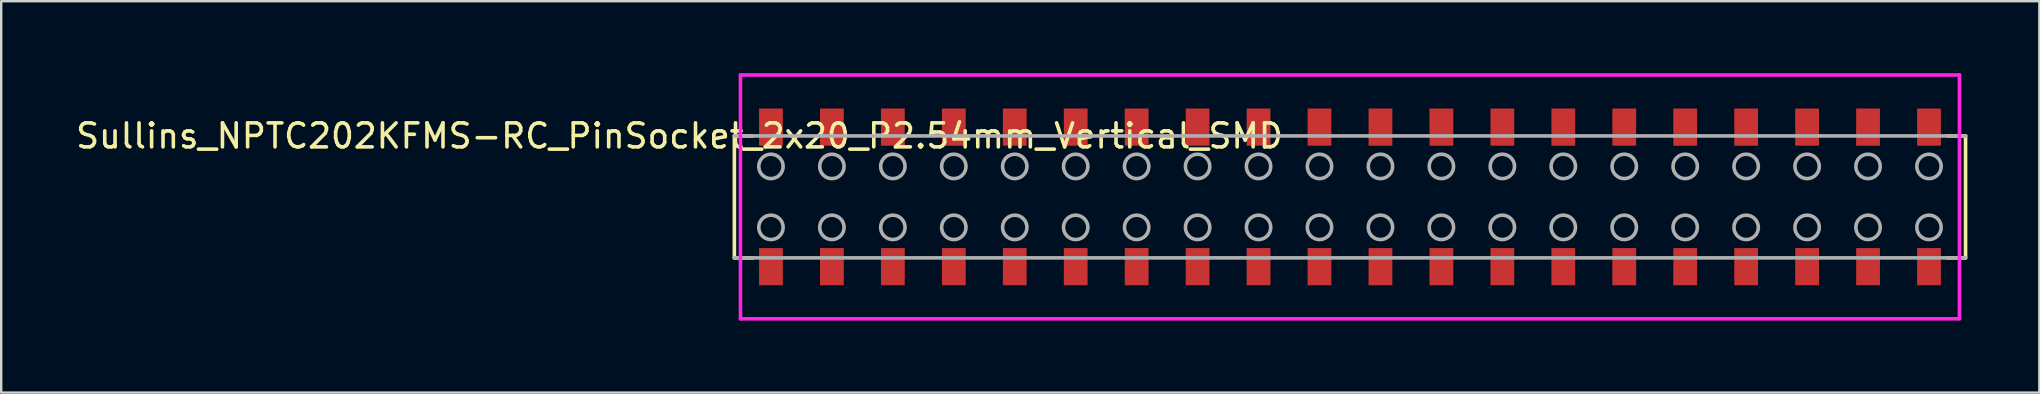
<source format=kicad_pcb>
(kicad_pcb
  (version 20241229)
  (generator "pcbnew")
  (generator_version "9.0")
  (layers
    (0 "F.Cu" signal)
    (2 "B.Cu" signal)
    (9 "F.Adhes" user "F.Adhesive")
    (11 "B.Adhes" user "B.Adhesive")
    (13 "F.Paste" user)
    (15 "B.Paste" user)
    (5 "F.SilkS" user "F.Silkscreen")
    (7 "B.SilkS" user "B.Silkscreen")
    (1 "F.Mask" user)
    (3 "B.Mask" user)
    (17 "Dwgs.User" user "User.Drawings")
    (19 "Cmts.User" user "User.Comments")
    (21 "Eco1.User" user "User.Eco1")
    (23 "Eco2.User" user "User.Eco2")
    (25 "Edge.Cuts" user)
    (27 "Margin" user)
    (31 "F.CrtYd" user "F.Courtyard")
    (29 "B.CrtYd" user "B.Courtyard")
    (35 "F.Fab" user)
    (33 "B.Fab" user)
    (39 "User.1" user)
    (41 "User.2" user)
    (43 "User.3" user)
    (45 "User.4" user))
  (footprint "Sullins_NPTC202KFMS-RC_PinSocket_2x20_P2.54mm_Vertical_SMD"
    (layer "F.Cu")
    (at 53.208 5.155)
    (property "Reference" "Sullins_NPTC202KFMS-RC_PinSocket_2x20_P2.54mm_Vertical_SMD" (at -27.94 -2.54 0) (layer "F.SilkS") (effects (font (size 1 1) (thickness 0.15))))
    (attr through_hole)
    (fp_line (start -25.654 -2.54) (end -25.654 2.54) (stroke (width 0.15) (type solid)) (layer "F.SilkS"))
    (fp_line (start -25.654 -2.54) (end -24.892 -2.54) (stroke (width 0.15) (type solid)) (layer "F.SilkS"))
    (fp_line (start -25.654 2.54) (end -24.892 2.54) (stroke (width 0.15) (type solid)) (layer "F.SilkS"))
    (fp_line (start 24.892 -2.54) (end 25.654 -2.54) (stroke (width 0.15) (type solid)) (layer "F.SilkS"))
    (fp_line (start 24.892 2.54) (end 25.654 2.54) (stroke (width 0.15) (type solid)) (layer "F.SilkS"))
    (fp_line (start 25.654 -2.54) (end 25.654 2.54) (stroke (width 0.15) (type solid)) (layer "F.SilkS"))
    (fp_line (start -25.4 -5.08) (end 25.4 -5.08) (stroke (width 0.15) (type solid)) (layer "F.CrtYd"))
    (fp_line (start -25.4 5.08) (end -25.4 -5.08) (stroke (width 0.15) (type solid)) (layer "F.CrtYd"))
    (fp_line (start 25.4 -5.08) (end 25.4 5.08) (stroke (width 0.15) (type solid)) (layer "F.CrtYd"))
    (fp_line (start 25.4 5.08) (end -25.4 5.08) (stroke (width 0.15) (type solid)) (layer "F.CrtYd"))
    (fp_line (start -25.654 -2.54) (end 25.654 -2.54) (stroke (width 0.15) (type solid)) (layer "F.Fab"))
    (fp_line (start -25.654 2.54) (end 25.654 2.54) (stroke (width 0.15) (type solid)) (layer "F.Fab"))
    (fp_circle (center -24.13 -1.27) (end -23.622 -1.27) (stroke (width 0.15) (type solid)) (fill no) (layer "F.Fab"))
    (fp_circle (center -24.13 1.27) (end -23.622 1.27) (stroke (width 0.15) (type solid)) (fill no) (layer "F.Fab"))
    (fp_circle (center -21.59 -1.27) (end -21.082 -1.27) (stroke (width 0.15) (type solid)) (fill no) (layer "F.Fab"))
    (fp_circle (center -21.59 1.27) (end -21.082 1.27) (stroke (width 0.15) (type solid)) (fill no) (layer "F.Fab"))
    (fp_circle (center -19.05 -1.27) (end -18.542 -1.27) (stroke (width 0.15) (type solid)) (fill no) (layer "F.Fab"))
    (fp_circle (center -19.05 1.27) (end -18.542 1.27) (stroke (width 0.15) (type solid)) (fill no) (layer "F.Fab"))
    (fp_circle (center -16.51 -1.27) (end -16.002 -1.27) (stroke (width 0.15) (type solid)) (fill no) (layer "F.Fab"))
    (fp_circle (center -16.51 1.27) (end -16.002 1.27) (stroke (width 0.15) (type solid)) (fill no) (layer "F.Fab"))
    (fp_circle (center -13.97 -1.27) (end -13.462 -1.27) (stroke (width 0.15) (type solid)) (fill no) (layer "F.Fab"))
    (fp_circle (center -13.97 1.27) (end -13.462 1.27) (stroke (width 0.15) (type solid)) (fill no) (layer "F.Fab"))
    (fp_circle (center -11.43 -1.27) (end -10.922 -1.27) (stroke (width 0.15) (type solid)) (fill no) (layer "F.Fab"))
    (fp_circle (center -11.43 1.27) (end -10.922 1.27) (stroke (width 0.15) (type solid)) (fill no) (layer "F.Fab"))
    (fp_circle (center -8.89 -1.27) (end -8.382 -1.27) (stroke (width 0.15) (type solid)) (fill no) (layer "F.Fab"))
    (fp_circle (center -8.89 1.27) (end -8.382 1.27) (stroke (width 0.15) (type solid)) (fill no) (layer "F.Fab"))
    (fp_circle (center -6.35 -1.27) (end -5.842 -1.27) (stroke (width 0.15) (type solid)) (fill no) (layer "F.Fab"))
    (fp_circle (center -6.35 1.27) (end -5.842 1.27) (stroke (width 0.15) (type solid)) (fill no) (layer "F.Fab"))
    (fp_circle (center -3.81 -1.27) (end -3.302 -1.27) (stroke (width 0.15) (type solid)) (fill no) (layer "F.Fab"))
    (fp_circle (center -3.81 1.27) (end -3.302 1.27) (stroke (width 0.15) (type solid)) (fill no) (layer "F.Fab"))
    (fp_circle (center -1.27 -1.27) (end -0.762 -1.27) (stroke (width 0.15) (type solid)) (fill no) (layer "F.Fab"))
    (fp_circle (center -1.27 1.27) (end -0.762 1.27) (stroke (width 0.15) (type solid)) (fill no) (layer "F.Fab"))
    (fp_circle (center 1.27 -1.27) (end 1.778 -1.27) (stroke (width 0.15) (type solid)) (fill no) (layer "F.Fab"))
    (fp_circle (center 1.27 1.27) (end 1.778 1.27) (stroke (width 0.15) (type solid)) (fill no) (layer "F.Fab"))
    (fp_circle (center 3.81 -1.27) (end 4.318 -1.27) (stroke (width 0.15) (type solid)) (fill no) (layer "F.Fab"))
    (fp_circle (center 3.81 1.27) (end 4.318 1.27) (stroke (width 0.15) (type solid)) (fill no) (layer "F.Fab"))
    (fp_circle (center 6.35 -1.27) (end 6.858 -1.27) (stroke (width 0.15) (type solid)) (fill no) (layer "F.Fab"))
    (fp_circle (center 6.35 1.27) (end 6.858 1.27) (stroke (width 0.15) (type solid)) (fill no) (layer "F.Fab"))
    (fp_circle (center 8.89 -1.27) (end 9.398 -1.27) (stroke (width 0.15) (type solid)) (fill no) (layer "F.Fab"))
    (fp_circle (center 8.89 1.27) (end 9.398 1.27) (stroke (width 0.15) (type solid)) (fill no) (layer "F.Fab"))
    (fp_circle (center 11.43 -1.27) (end 11.938 -1.27) (stroke (width 0.15) (type solid)) (fill no) (layer "F.Fab"))
    (fp_circle (center 11.43 1.27) (end 11.938 1.27) (stroke (width 0.15) (type solid)) (fill no) (layer "F.Fab"))
    (fp_circle (center 13.97 -1.27) (end 14.478 -1.27) (stroke (width 0.15) (type solid)) (fill no) (layer "F.Fab"))
    (fp_circle (center 13.97 1.27) (end 14.478 1.27) (stroke (width 0.15) (type solid)) (fill no) (layer "F.Fab"))
    (fp_circle (center 16.51 -1.27) (end 17.018 -1.27) (stroke (width 0.15) (type solid)) (fill no) (layer "F.Fab"))
    (fp_circle (center 16.51 1.27) (end 17.018 1.27) (stroke (width 0.15) (type solid)) (fill no) (layer "F.Fab"))
    (fp_circle (center 19.05 -1.27) (end 19.558 -1.27) (stroke (width 0.15) (type solid)) (fill no) (layer "F.Fab"))
    (fp_circle (center 19.05 1.27) (end 19.558 1.27) (stroke (width 0.15) (type solid)) (fill no) (layer "F.Fab"))
    (fp_circle (center 21.59 -1.27) (end 22.098 -1.27) (stroke (width 0.15) (type solid)) (fill no) (layer "F.Fab"))
    (fp_circle (center 21.59 1.27) (end 22.098 1.27) (stroke (width 0.15) (type solid)) (fill no) (layer "F.Fab"))
    (fp_circle (center 24.13 -1.27) (end 24.638 -1.27) (stroke (width 0.15) (type solid)) (fill no) (layer "F.Fab"))
    (fp_circle (center 24.13 1.27) (end 24.638 1.27) (stroke (width 0.15) (type solid)) (fill no) (layer "F.Fab"))
    (pad "1" smd rect (at -24.13 -2.908) (size 0.991 1.549) (layers "F.Cu" "F.Mask" "F.Paste"))
    (pad "2" smd rect (at -24.13 2.908) (size 0.991 1.549) (layers "F.Cu" "F.Mask" "F.Paste"))
    (pad "3" smd rect (at -21.59 -2.908) (size 0.991 1.549) (layers "F.Cu" "F.Mask" "F.Paste"))
    (pad "4" smd rect (at -21.59 2.908) (size 0.991 1.549) (layers "F.Cu" "F.Mask" "F.Paste"))
    (pad "5" smd rect (at -19.05 -2.908) (size 0.991 1.549) (layers "F.Cu" "F.Mask" "F.Paste"))
    (pad "6" smd rect (at -19.05 2.908) (size 0.991 1.549) (layers "F.Cu" "F.Mask" "F.Paste"))
    (pad "7" smd rect (at -16.51 -2.908) (size 0.991 1.549) (layers "F.Cu" "F.Mask" "F.Paste"))
    (pad "8" smd rect (at -16.51 2.908) (size 0.991 1.549) (layers "F.Cu" "F.Mask" "F.Paste"))
    (pad "9" smd rect (at -13.97 -2.908) (size 0.991 1.549) (layers "F.Cu" "F.Mask" "F.Paste"))
    (pad "10" smd rect (at -13.97 2.908) (size 0.991 1.549) (layers "F.Cu" "F.Mask" "F.Paste"))
    (pad "11" smd rect (at -11.43 -2.908) (size 0.991 1.549) (layers "F.Cu" "F.Mask" "F.Paste"))
    (pad "12" smd rect (at -11.43 2.908) (size 0.991 1.549) (layers "F.Cu" "F.Mask" "F.Paste"))
    (pad "13" smd rect (at -8.89 -2.908) (size 0.991 1.549) (layers "F.Cu" "F.Mask" "F.Paste"))
    (pad "14" smd rect (at -8.89 2.908) (size 0.991 1.549) (layers "F.Cu" "F.Mask" "F.Paste"))
    (pad "15" smd rect (at -6.35 -2.908) (size 0.991 1.549) (layers "F.Cu" "F.Mask" "F.Paste"))
    (pad "16" smd rect (at -6.35 2.908) (size 0.991 1.549) (layers "F.Cu" "F.Mask" "F.Paste"))
    (pad "17" smd rect (at -3.81 -2.908) (size 0.991 1.549) (layers "F.Cu" "F.Mask" "F.Paste"))
    (pad "18" smd rect (at -3.81 2.908) (size 0.991 1.549) (layers "F.Cu" "F.Mask" "F.Paste"))
    (pad "19" smd rect (at -1.27 -2.908) (size 0.991 1.549) (layers "F.Cu" "F.Mask" "F.Paste"))
    (pad "20" smd rect (at -1.27 2.908) (size 0.991 1.549) (layers "F.Cu" "F.Mask" "F.Paste"))
    (pad "21" smd rect (at 1.27 -2.908) (size 0.991 1.549) (layers "F.Cu" "F.Mask" "F.Paste"))
    (pad "22" smd rect (at 1.27 2.908) (size 0.991 1.549) (layers "F.Cu" "F.Mask" "F.Paste"))
    (pad "23" smd rect (at 3.81 -2.908) (size 0.991 1.549) (layers "F.Cu" "F.Mask" "F.Paste"))
    (pad "24" smd rect (at 3.81 2.908) (size 0.991 1.549) (layers "F.Cu" "F.Mask" "F.Paste"))
    (pad "25" smd rect (at 6.35 -2.908) (size 0.991 1.549) (layers "F.Cu" "F.Mask" "F.Paste"))
    (pad "26" smd rect (at 6.35 2.908) (size 0.991 1.549) (layers "F.Cu" "F.Mask" "F.Paste"))
    (pad "27" smd rect (at 8.89 -2.908) (size 0.991 1.549) (layers "F.Cu" "F.Mask" "F.Paste"))
    (pad "28" smd rect (at 8.89 2.908) (size 0.991 1.549) (layers "F.Cu" "F.Mask" "F.Paste"))
    (pad "29" smd rect (at 11.43 -2.908) (size 0.991 1.549) (layers "F.Cu" "F.Mask" "F.Paste"))
    (pad "30" smd rect (at 11.43 2.908) (size 0.991 1.549) (layers "F.Cu" "F.Mask" "F.Paste"))
    (pad "31" smd rect (at 13.97 -2.908) (size 0.991 1.549) (layers "F.Cu" "F.Mask" "F.Paste"))
    (pad "32" smd rect (at 13.97 2.908) (size 0.991 1.549) (layers "F.Cu" "F.Mask" "F.Paste"))
    (pad "33" smd rect (at 16.51 -2.908) (size 0.991 1.549) (layers "F.Cu" "F.Mask" "F.Paste"))
    (pad "34" smd rect (at 16.51 2.908) (size 0.991 1.549) (layers "F.Cu" "F.Mask" "F.Paste"))
    (pad "35" smd rect (at 19.05 -2.908) (size 0.991 1.549) (layers "F.Cu" "F.Mask" "F.Paste"))
    (pad "36" smd rect (at 19.05 2.908) (size 0.991 1.549) (layers "F.Cu" "F.Mask" "F.Paste"))
    (pad "37" smd rect (at 21.59 -2.908) (size 0.991 1.549) (layers "F.Cu" "F.Mask" "F.Paste"))
    (pad "38" smd rect (at 21.59 2.908) (size 0.991 1.549) (layers "F.Cu" "F.Mask" "F.Paste"))
    (pad "39" smd rect (at 24.13 -2.908) (size 0.991 1.549) (layers "F.Cu" "F.Mask" "F.Paste"))
    (pad "40" smd rect (at 24.13 2.908) (size 0.991 1.549) (layers "F.Cu" "F.Mask" "F.Paste")))
  (gr_rect
    (start -3 -3)
    (end 81.937 13.31)
    (stroke (width 0.1) (type default))
    (fill no)
    (layer "Edge.Cuts")))
</source>
